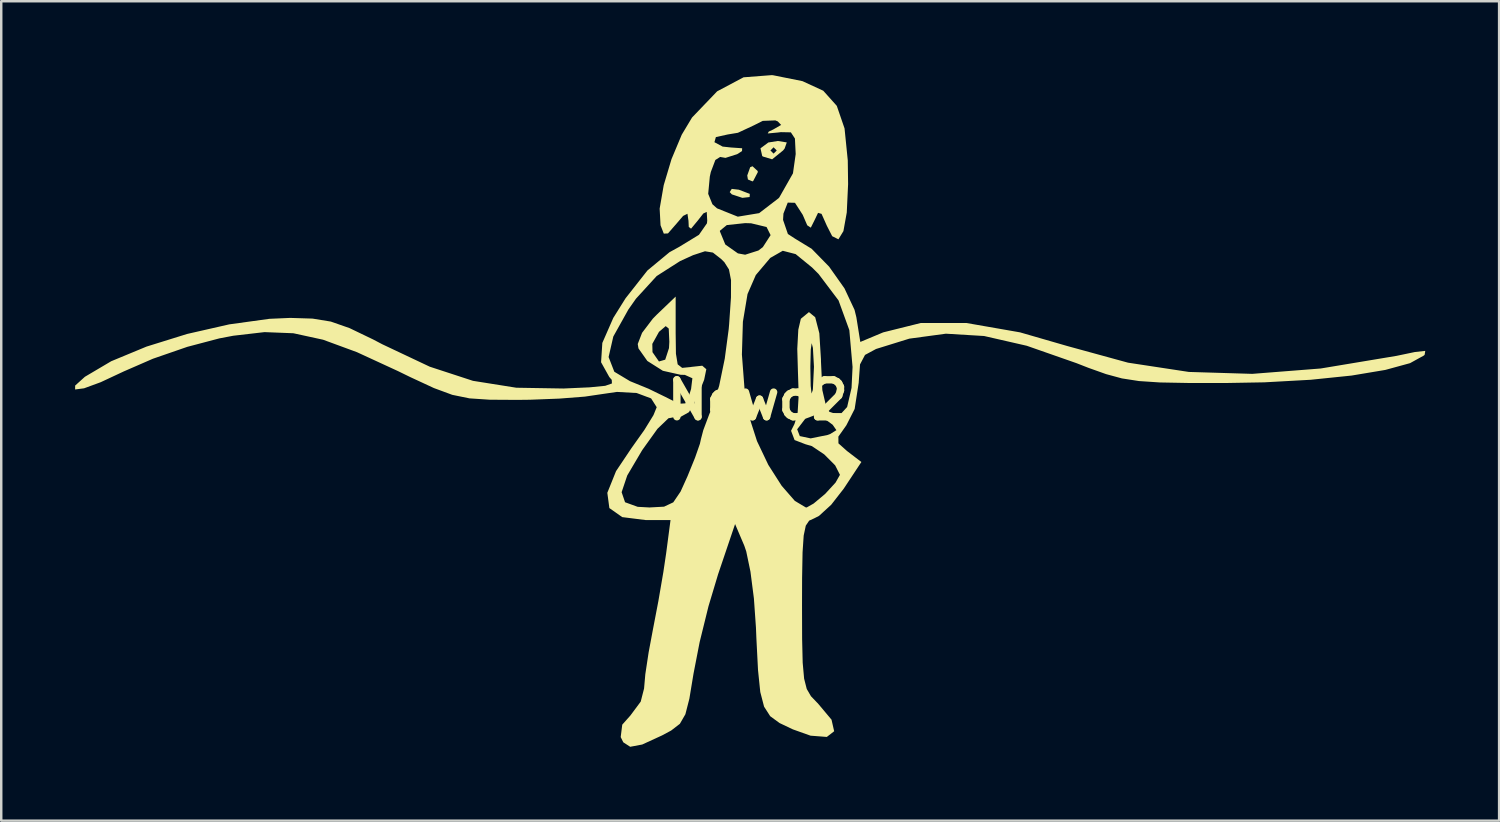
<source format=kicad_pcb>
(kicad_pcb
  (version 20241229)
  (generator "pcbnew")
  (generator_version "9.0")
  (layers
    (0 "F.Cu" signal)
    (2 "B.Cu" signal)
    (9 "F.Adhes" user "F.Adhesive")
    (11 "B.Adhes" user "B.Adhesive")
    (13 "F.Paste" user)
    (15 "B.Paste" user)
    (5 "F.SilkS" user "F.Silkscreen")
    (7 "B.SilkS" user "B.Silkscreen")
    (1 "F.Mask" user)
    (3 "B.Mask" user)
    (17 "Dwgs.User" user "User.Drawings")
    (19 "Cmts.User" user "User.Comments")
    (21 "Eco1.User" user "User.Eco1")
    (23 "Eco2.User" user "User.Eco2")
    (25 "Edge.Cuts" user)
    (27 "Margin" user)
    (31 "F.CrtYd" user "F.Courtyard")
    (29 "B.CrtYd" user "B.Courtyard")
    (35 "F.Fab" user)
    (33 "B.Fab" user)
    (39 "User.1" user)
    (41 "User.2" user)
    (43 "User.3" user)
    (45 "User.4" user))
  (footprint "Nowo2"
    (layer "F.Cu")
    (at 27.721 13.194)
    (property "Reference" "Nowo2" (at 0 0 0) (layer "F.SilkS") (effects (font (size 1.5 1.5) (thickness 0.3))))
    (attr board_only exclude_from_pos_files exclude_from_bom)
    (fp_poly (pts (xy -0.77 -8.541) (xy -0.325 -8.371) (xy -0.331 -8.243) (xy -0.626 -8.21) (xy -1.053 -8.351) (xy -1.14 -8.443) (xy -1.058 -8.574)) (stroke (width 0) (type solid)) (fill yes) (layer "F.SilkS"))
    (fp_poly (pts (xy -0.004 -9.299) (xy 0 -9.252) (xy -0.184 -8.899) (xy -0.214 -8.878) (xy -0.401 -8.956) (xy -0.428 -9.119) (xy -0.309 -9.454) (xy -0.214 -9.493)) (stroke (width 0) (type solid)) (fill yes) (layer "F.SilkS"))
    (fp_poly (pts (xy 1.177 -10.461) (xy 1.09 -10.214) (xy 1.026 -10.134) (xy 0.583 -9.775) (xy 0.204 -9.889) (xy 0.178 -9.914) (xy 0.129 -10.134) (xy 0.513 -10.134) (xy 0.641 -10.006) (xy 0.77 -10.134) (xy 0.641 -10.263) (xy 0.513 -10.134) (xy 0.129 -10.134) (xy 0.109 -10.221) (xy 0.427 -10.458) (xy 0.816 -10.519)) (stroke (width 0) (type solid)) (fill yes) (layer "F.SilkS"))
    (fp_poly (pts (xy 0.635 -13.186) (xy 1.817 -12.948) (xy 2.658 -12.56) (xy 3.208 -11.946) (xy 3.523 -11.029) (xy 3.654 -9.73) (xy 3.667 -8.769) (xy 3.613 -7.616) (xy 3.477 -6.859) (xy 3.274 -6.527) (xy 3.021 -6.653) (xy 2.804 -7.078) (xy 2.589 -7.56) (xy 2.447 -7.601) (xy 2.309 -7.312) (xy 2.153 -7) (xy 2.008 -7.095) (xy 1.825 -7.52) (xy 1.51 -8.009) (xy 1.216 -8.017) (xy 1.041 -7.57) (xy 1.026 -7.314) (xy 1.222 -6.743) (xy 1.519 -6.549) (xy 2.186 -6.143) (xy 2.896 -5.417) (xy 3.519 -4.536) (xy 3.928 -3.664) (xy 4.002 -3.364) (xy 4.163 -2.359) (xy 5.093 -2.748) (xy 6.618 -3.128) (xy 8.468 -3.129) (xy 10.65 -2.748) (xy 12.572 -2.192) (xy 15.035 -1.517) (xy 17.505 -1.141) (xy 20.079 -1.063) (xy 22.857 -1.281) (xy 25.937 -1.794) (xy 26.683 -1.95) (xy 27.103 -1.996) (xy 27.079 -1.84) (xy 27.051 -1.81) (xy 26.486 -1.498) (xy 25.482 -1.223) (xy 24.112 -0.994) (xy 22.45 -0.823) (xy 20.568 -0.719) (xy 18.986 -0.691) (xy 17.459 -0.693) (xy 16.328 -0.714) (xy 15.477 -0.771) (xy 14.787 -0.878) (xy 14.144 -1.052) (xy 13.428 -1.307) (xy 12.942 -1.497) (xy 10.921 -2.204) (xy 9.19 -2.6) (xy 7.639 -2.694) (xy 6.154 -2.493) (xy 4.801 -2.073) (xy 4.354 -1.832) (xy 4.151 -1.446) (xy 4.099 -0.735) (xy 4.099 -0.712) (xy 3.933 0.362) (xy 3.596 1.026) (xy 3.272 1.485) (xy 3.275 1.759) (xy 3.619 2.066) (xy 3.652 2.092) (xy 4.206 2.516) (xy 3.491 3.597) (xy 2.98 4.253) (xy 2.486 4.704) (xy 2.285 4.807) (xy 2.086 4.897) (xy 1.949 5.1) (xy 1.864 5.501) (xy 1.818 6.183) (xy 1.799 7.23) (xy 1.796 8.324) (xy 1.8 9.704) (xy 1.823 10.668) (xy 1.881 11.312) (xy 1.988 11.733) (xy 2.16 12.028) (xy 2.414 12.293) (xy 2.437 12.315) (xy 2.994 12.979) (xy 3.101 13.449) (xy 2.803 13.68) (xy 2.142 13.629) (xy 1.424 13.373) (xy 0.882 13.115) (xy 0.504 12.838) (xy 0.255 12.45) (xy 0.101 11.856) (xy 0.009 10.962) (xy -0.057 9.675) (xy -0.075 9.236) (xy -0.158 8.055) (xy -0.298 6.968) (xy -0.469 6.147) (xy -0.547 5.917) (xy -0.922 5.036) (xy -1.611 7.072) (xy -2.002 8.374) (xy -2.361 9.829) (xy -2.611 11.116) (xy -2.778 12.126) (xy -2.94 12.759) (xy -3.164 13.147) (xy -3.518 13.42) (xy -3.887 13.618) (xy -4.693 13.988) (xy -5.181 14.08) (xy -5.462 13.898) (xy -5.567 13.686) (xy -5.504 13.182) (xy -5.174 12.811) (xy -4.754 12.246) (xy -4.618 11.714) (xy -4.567 11.133) (xy -4.433 10.249) (xy -4.258 9.317) (xy -4.038 8.169) (xy -3.835 6.987) (xy -3.721 6.222) (xy -3.544 4.875) (xy -4.543 4.875) (xy -5.505 4.754) (xy -6.027 4.387) (xy -6.11 3.767) (xy -5.756 2.887) (xy -5.131 1.954) (xy -4.606 1.215) (xy -4.236 0.613) (xy -4.105 0.291) (xy -4.332 -0.066) (xy -4.918 -0.285) (xy -5.719 -0.33) (xy -6.316 -0.243) (xy -7.022 -0.139) (xy -8.062 -0.058) (xy -9.254 -0.012) (xy -9.761 -0.006) (xy -10.882 -0.013) (xy -11.707 -0.068) (xy -12.405 -0.211) (xy -13.15 -0.486) (xy -14.11 -0.931) (xy -14.614 -1.177) (xy -16.28 -1.945) (xy -17.651 -2.449) (xy -18.858 -2.712) (xy -20.03 -2.758) (xy -21.299 -2.611) (xy -21.866 -2.503) (xy -23.165 -2.16) (xy -24.562 -1.677) (xy -25.743 -1.163) (xy -26.682 -0.724) (xy -27.358 -0.476) (xy -27.721 -0.429) (xy -27.719 -0.588) (xy -27.324 -0.944) (xy -26.255 -1.576) (xy -24.822 -2.17) (xy -23.174 -2.683) (xy -21.461 -3.073) (xy -19.831 -3.298) (xy -18.988 -3.335) (xy -18.079 -3.307) (xy -17.337 -3.186) (xy -16.578 -2.921) (xy -15.62 -2.46) (xy -15.244 -2.263) (xy -13.32 -1.354) (xy -11.566 -0.78) (xy -9.805 -0.5) (xy -7.89 -0.468) (xy -6.825 -0.516) (xy -6.195 -0.578) (xy -5.923 -0.673) (xy -5.93 -0.82) (xy -6.03 -0.935) (xy -6.364 -1.535) (xy -6.35 -1.746) (xy -6.058 -1.746) (xy -5.826 -1.149) (xy -5.188 -0.766) (xy -4.432 -0.457) (xy -3.75 -0.125) (xy -3.207 0.149) (xy -2.943 0.136) (xy -2.78 -0.218) (xy -2.709 -0.449) (xy -2.656 -0.885) (xy -2.961 -1.021) (xy -3.133 -1.026) (xy -3.855 -1.188) (xy -4.485 -1.587) (xy -4.845 -2.096) (xy -4.875 -2.276) (xy -4.873 -2.28) (xy -4.283 -2.28) (xy -4.276 -1.944) (xy -4.013 -1.566) (xy -3.759 -1.639) (xy -3.606 -2.109) (xy -3.592 -2.364) (xy -3.616 -2.902) (xy -3.739 -3.002) (xy -4.012 -2.769) (xy -4.283 -2.28) (xy -4.873 -2.28) (xy -4.699 -2.729) (xy -4.263 -3.303) (xy -4.105 -3.464) (xy -3.335 -4.201) (xy -3.335 -2.712) (xy -3.324 -1.88) (xy -3.253 -1.449) (xy -3.071 -1.306) (xy -2.724 -1.34) (xy -2.694 -1.346) (xy -2.255 -1.394) (xy -2.09 -1.252) (xy -2.178 -0.824) (xy -2.447 -0.145) (xy -2.794 0.492) (xy -3.147 0.69) (xy -3.281 0.67) (xy -3.627 0.74) (xy -4.074 1.169) (xy -4.676 2.009) (xy -4.711 2.063) (xy -5.301 3.063) (xy -5.529 3.742) (xy -5.39 4.15) (xy -4.878 4.336) (xy -4.401 4.362) (xy -3.806 4.33) (xy -3.432 4.154) (xy -3.135 3.716) (xy -2.854 3.095) (xy -2.548 2.342) (xy -2.35 1.775) (xy -2.309 1.589) (xy -2.214 1.226) (xy -1.973 0.583) (xy -1.823 0.225) (xy -1.568 -0.581) (xy -1.34 -1.687) (xy -1.319 -1.848) (xy -0.645 -1.848) (xy -0.538 -0.447) (xy -0.285 0.881) (xy -0.032 1.668) (xy 0.428 2.634) (xy 0.969 3.481) (xy 1.504 4.095) (xy 1.947 4.359) (xy 1.986 4.362) (xy 2.267 4.203) (xy 2.724 3.821) (xy 2.742 3.804) (xy 3.156 3.354) (xy 3.335 3.039) (xy 3.335 3.034) (xy 3.142 2.653) (xy 2.696 2.206) (xy 2.196 1.871) (xy 1.939 1.796) (xy 1.494 1.625) (xy 1.351 1.249) (xy 1.381 1.188) (xy 1.599 1.188) (xy 1.706 1.464) (xy 2.147 1.557) (xy 2.839 1.417) (xy 2.941 1.379) (xy 3.192 1.223) (xy 3.04 1.004) (xy 2.823 0.844) (xy 2.333 0.61) (xy 1.941 0.756) (xy 1.913 0.779) (xy 1.599 1.188) (xy 1.381 1.188) (xy 1.488 0.975) (xy 1.614 0.579) (xy 1.661 -0.203) (xy 1.631 -1.12) (xy 1.626 -1.283) (xy 2.135 -1.283) (xy 2.148 -0.578) (xy 2.182 -0.264) (xy 2.231 -0.399) (xy 2.238 -0.449) (xy 2.281 -1.349) (xy 2.238 -2.117) (xy 2.188 -2.31) (xy 2.151 -2.048) (xy 2.135 -1.388) (xy 2.135 -1.283) (xy 1.626 -1.283) (xy 1.603 -2.077) (xy 1.645 -2.857) (xy 1.747 -3.295) (xy 1.753 -3.304) (xy 2.077 -3.571) (xy 2.331 -3.362) (xy 2.499 -2.712) (xy 2.565 -1.655) (xy 2.566 -1.556) (xy 2.621 -0.403) (xy 2.785 0.302) (xy 2.905 0.476) (xy 3.322 0.616) (xy 3.628 0.283) (xy 3.807 -0.494) (xy 3.848 -1.342) (xy 3.717 -2.84) (xy 3.278 -4.046) (xy 2.466 -5.121) (xy 2.204 -5.382) (xy 1.537 -5.926) (xy 1.014 -6.061) (xy 0.507 -5.771) (xy -0.08 -5.076) (xy -0.417 -4.303) (xy -0.605 -3.18) (xy -0.645 -1.848) (xy -1.319 -1.848) (xy -1.181 -2.881) (xy -1.163 -3.087) (xy -1.089 -4.17) (xy -1.087 -4.868) (xy -1.171 -5.303) (xy -1.358 -5.598) (xy -1.493 -5.731) (xy -1.823 -5.988) (xy -2.144 -6.041) (xy -2.629 -5.882) (xy -3.154 -5.643) (xy -4.105 -5.036) (xy -4.947 -4.115) (xy -5.255 -3.676) (xy -5.867 -2.579) (xy -6.058 -1.746) (xy -6.35 -1.746) (xy -6.313 -2.319) (xy -5.868 -3.335) (xy -5.37 -4.131) (xy -4.483 -5.259) (xy -3.586 -6.002) (xy -3.189 -6.221) (xy -2.389 -6.709) (xy -2.291 -6.85) (xy -1.539 -6.85) (xy -1.32 -6.317) (xy -0.807 -5.955) (xy -0.513 -5.901) (xy 0.026 -6.072) (xy 0.205 -6.209) (xy 0.52 -6.697) (xy 0.356 -7.026) (xy -0.271 -7.177) (xy -0.513 -7.184) (xy -1.258 -7.105) (xy -1.538 -6.875) (xy -1.539 -6.85) (xy -2.291 -6.85) (xy -2.064 -7.177) (xy -2.053 -7.284) (xy -2.073 -7.639) (xy -2.211 -7.576) (xy -2.429 -7.297) (xy -2.71 -6.958) (xy -2.803 -7.03) (xy -2.814 -7.276) (xy -2.856 -7.564) (xy -3.032 -7.477) (xy -3.302 -7.161) (xy -3.647 -6.766) (xy -3.817 -6.757) (xy -3.949 -7.097) (xy -3.985 -7.772) (xy -3.881 -8.373) (xy -2.014 -8.373) (xy -1.843 -7.951) (xy -1.655 -7.784) (xy -0.811 -7.446) (xy 0.055 -7.589) (xy 0.848 -8.198) (xy 0.875 -8.23) (xy 1.428 -9.205) (xy 1.539 -9.99) (xy 1.508 -10.619) (xy 1.343 -10.87) (xy 0.935 -10.878) (xy 0.834 -10.865) (xy 0.404 -10.825) (xy 0.446 -10.901) (xy 0.623 -10.984) (xy 0.948 -11.171) (xy 0.811 -11.314) (xy 0.712 -11.355) (xy 0.202 -11.336) (xy -0.167 -11.151) (xy -0.808 -10.852) (xy -1.219 -10.784) (xy -1.702 -10.678) (xy -1.761 -10.47) (xy -1.429 -10.292) (xy -1.09 -10.255) (xy -0.635 -10.224) (xy -0.64 -10.11) (xy -0.836 -9.984) (xy -1.312 -9.833) (xy -1.528 -9.871) (xy -1.723 -9.748) (xy -1.908 -9.258) (xy -1.948 -9.074) (xy -2.014 -8.373) (xy -3.881 -8.373) (xy -3.82 -8.724) (xy -3.504 -9.782) (xy -3.088 -10.775) (xy -2.67 -11.472) (xy -1.65 -12.536) (xy -0.578 -13.105) (xy 0.576 -13.194)) (stroke (width 0) (type solid)) (fill yes) (layer "F.SilkS")))
  (gr_rect
    (start -3 -3)
    (end 57.823 30.274)
    (stroke (width 0.1) (type default))
    (fill no)
    (layer "Edge.Cuts")))
</source>
